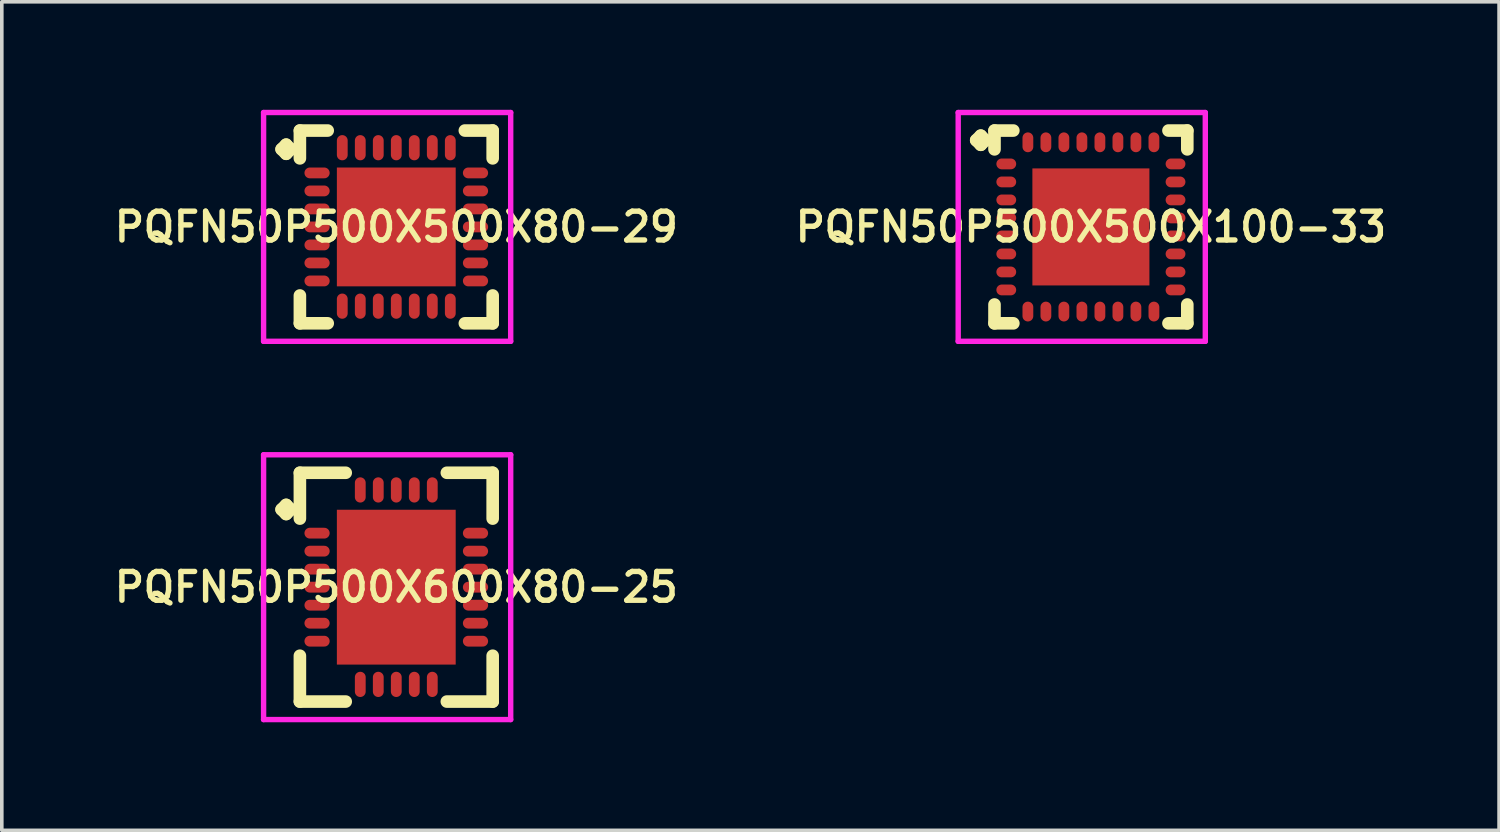
<source format=kicad_pcb>
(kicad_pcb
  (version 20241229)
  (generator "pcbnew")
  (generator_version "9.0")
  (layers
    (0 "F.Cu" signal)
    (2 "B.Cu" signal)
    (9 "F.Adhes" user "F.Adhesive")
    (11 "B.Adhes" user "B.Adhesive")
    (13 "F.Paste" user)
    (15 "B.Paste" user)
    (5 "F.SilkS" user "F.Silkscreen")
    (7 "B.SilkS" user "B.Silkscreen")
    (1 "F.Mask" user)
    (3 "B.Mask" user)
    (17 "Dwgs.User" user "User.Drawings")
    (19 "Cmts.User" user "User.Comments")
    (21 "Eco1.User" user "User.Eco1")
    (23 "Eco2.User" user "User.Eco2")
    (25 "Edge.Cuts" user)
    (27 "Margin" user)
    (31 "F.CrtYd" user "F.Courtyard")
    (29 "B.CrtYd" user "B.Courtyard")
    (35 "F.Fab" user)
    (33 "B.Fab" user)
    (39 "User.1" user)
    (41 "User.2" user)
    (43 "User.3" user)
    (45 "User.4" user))
  (footprint "PQFN50P500X500X80-29"
    (layer "F.Cu")
    (at 7.955 3.252)
    (property "Reference" "PQFN50P500X500X80-29" (at 0 0 0) (layer "F.SilkS") (effects (font (size 0.8 0.8) (thickness 0.15))))
    (attr smd)
    (fp_line (start -3.185 -2.158) (end -3.058 -2.285) (stroke (width 0.35) (type solid)) (layer "F.SilkS"))
    (fp_line (start -3.058 -2.285) (end -2.931 -2.158) (stroke (width 0.35) (type solid)) (layer "F.SilkS"))
    (fp_line (start -3.058 -2.031) (end -3.185 -2.158) (stroke (width 0.35) (type solid)) (layer "F.SilkS"))
    (fp_line (start -2.931 -2.158) (end -3.058 -2.031) (stroke (width 0.35) (type solid)) (layer "F.SilkS"))
    (fp_line (start -2.677 -2.677) (end -1.904 -2.677) (stroke (width 0.35) (type solid)) (layer "F.SilkS"))
    (fp_line (start -2.677 -1.904) (end -2.677 -2.677) (stroke (width 0.35) (type solid)) (layer "F.SilkS"))
    (fp_line (start -2.677 1.904) (end -2.677 2.677) (stroke (width 0.35) (type solid)) (layer "F.SilkS"))
    (fp_line (start -2.677 2.677) (end -1.904 2.677) (stroke (width 0.35) (type solid)) (layer "F.SilkS"))
    (fp_line (start 1.904 -2.677) (end 2.677 -2.677) (stroke (width 0.35) (type solid)) (layer "F.SilkS"))
    (fp_line (start 1.904 2.677) (end 2.677 2.677) (stroke (width 0.35) (type solid)) (layer "F.SilkS"))
    (fp_line (start 2.677 -2.677) (end 2.677 -1.904) (stroke (width 0.35) (type solid)) (layer "F.SilkS"))
    (fp_line (start 2.677 2.677) (end 2.677 1.904) (stroke (width 0.35) (type solid)) (layer "F.SilkS"))
    (fp_line (start -3.685 -3.177) (end 3.177 -3.177) (stroke (width 0.15) (type solid)) (layer "F.CrtYd"))
    (fp_line (start -3.685 3.177) (end -3.685 -3.177) (stroke (width 0.15) (type solid)) (layer "F.CrtYd"))
    (fp_line (start 3.177 -3.177) (end 3.177 3.177) (stroke (width 0.15) (type solid)) (layer "F.CrtYd"))
    (fp_line (start 3.177 3.177) (end -3.685 3.177) (stroke (width 0.15) (type solid)) (layer "F.CrtYd"))
    (pad "1" smd oval (at -2.2 -1.5) (size 0.7 0.3) (layers "F.Cu" "F.Mask" "F.Paste"))
    (pad "2" smd oval (at -2.2 -1) (size 0.7 0.3) (layers "F.Cu" "F.Mask" "F.Paste"))
    (pad "3" smd oval (at -2.2 -0.5) (size 0.7 0.3) (layers "F.Cu" "F.Mask" "F.Paste"))
    (pad "4" smd oval (at -2.2 0) (size 0.7 0.3) (layers "F.Cu" "F.Mask" "F.Paste"))
    (pad "5" smd oval (at -2.2 0.5) (size 0.7 0.3) (layers "F.Cu" "F.Mask" "F.Paste"))
    (pad "6" smd oval (at -2.2 1) (size 0.7 0.3) (layers "F.Cu" "F.Mask" "F.Paste"))
    (pad "7" smd oval (at -2.2 1.5) (size 0.7 0.3) (layers "F.Cu" "F.Mask" "F.Paste"))
    (pad "8" smd oval (at -1.5 2.2) (size 0.3 0.7) (layers "F.Cu" "F.Mask" "F.Paste"))
    (pad "9" smd oval (at -1 2.2) (size 0.3 0.7) (layers "F.Cu" "F.Mask" "F.Paste"))
    (pad "10" smd oval (at -0.5 2.2) (size 0.3 0.7) (layers "F.Cu" "F.Mask" "F.Paste"))
    (pad "11" smd oval (at 0 2.2) (size 0.3 0.7) (layers "F.Cu" "F.Mask" "F.Paste"))
    (pad "12" smd oval (at 0.5 2.2) (size 0.3 0.7) (layers "F.Cu" "F.Mask" "F.Paste"))
    (pad "13" smd oval (at 1 2.2) (size 0.3 0.7) (layers "F.Cu" "F.Mask" "F.Paste"))
    (pad "14" smd oval (at 1.5 2.2) (size 0.3 0.7) (layers "F.Cu" "F.Mask" "F.Paste"))
    (pad "15" smd oval (at 2.2 1.5) (size 0.7 0.3) (layers "F.Cu" "F.Mask" "F.Paste"))
    (pad "16" smd oval (at 2.2 1) (size 0.7 0.3) (layers "F.Cu" "F.Mask" "F.Paste"))
    (pad "17" smd oval (at 2.2 0.5) (size 0.7 0.3) (layers "F.Cu" "F.Mask" "F.Paste"))
    (pad "18" smd oval (at 2.2 0) (size 0.7 0.3) (layers "F.Cu" "F.Mask" "F.Paste"))
    (pad "19" smd oval (at 2.2 -0.5) (size 0.7 0.3) (layers "F.Cu" "F.Mask" "F.Paste"))
    (pad "20" smd oval (at 2.2 -1) (size 0.7 0.3) (layers "F.Cu" "F.Mask" "F.Paste"))
    (pad "21" smd oval (at 2.2 -1.5) (size 0.7 0.3) (layers "F.Cu" "F.Mask" "F.Paste"))
    (pad "22" smd oval (at 1.5 -2.2) (size 0.3 0.7) (layers "F.Cu" "F.Mask" "F.Paste"))
    (pad "23" smd oval (at 1 -2.2) (size 0.3 0.7) (layers "F.Cu" "F.Mask" "F.Paste"))
    (pad "24" smd oval (at 0.5 -2.2) (size 0.3 0.7) (layers "F.Cu" "F.Mask" "F.Paste"))
    (pad "25" smd oval (at 0 -2.2) (size 0.3 0.7) (layers "F.Cu" "F.Mask" "F.Paste"))
    (pad "26" smd oval (at -0.5 -2.2) (size 0.3 0.7) (layers "F.Cu" "F.Mask" "F.Paste"))
    (pad "27" smd oval (at -1 -2.2) (size 0.3 0.7) (layers "F.Cu" "F.Mask" "F.Paste"))
    (pad "28" smd oval (at -1.5 -2.2) (size 0.3 0.7) (layers "F.Cu" "F.Mask" "F.Paste"))
    (pad "29" smd rect (at 0 0) (size 3.3 3.3) (layers "F.Cu" "F.Mask" "F.Paste")))
  (footprint "PQFN50P500X500X100-33"
    (layer "F.Cu")
    (at 27.245 3.252)
    (property "Reference" "PQFN50P500X500X100-33" (at 0 0 0) (layer "F.SilkS") (effects (font (size 0.8 0.8) (thickness 0.15))))
    (attr smd)
    (fp_line (start -3.185 -2.408) (end -3.058 -2.535) (stroke (width 0.35) (type solid)) (layer "F.SilkS"))
    (fp_line (start -3.058 -2.535) (end -2.931 -2.408) (stroke (width 0.35) (type solid)) (layer "F.SilkS"))
    (fp_line (start -3.058 -2.281) (end -3.185 -2.408) (stroke (width 0.35) (type solid)) (layer "F.SilkS"))
    (fp_line (start -2.931 -2.408) (end -3.058 -2.281) (stroke (width 0.35) (type solid)) (layer "F.SilkS"))
    (fp_line (start -2.677 -2.677) (end -2.154 -2.677) (stroke (width 0.35) (type solid)) (layer "F.SilkS"))
    (fp_line (start -2.677 -2.154) (end -2.677 -2.677) (stroke (width 0.35) (type solid)) (layer "F.SilkS"))
    (fp_line (start -2.677 2.154) (end -2.677 2.677) (stroke (width 0.35) (type solid)) (layer "F.SilkS"))
    (fp_line (start -2.677 2.677) (end -2.154 2.677) (stroke (width 0.35) (type solid)) (layer "F.SilkS"))
    (fp_line (start 2.154 -2.677) (end 2.677 -2.677) (stroke (width 0.35) (type solid)) (layer "F.SilkS"))
    (fp_line (start 2.154 2.677) (end 2.677 2.677) (stroke (width 0.35) (type solid)) (layer "F.SilkS"))
    (fp_line (start 2.677 -2.677) (end 2.677 -2.154) (stroke (width 0.35) (type solid)) (layer "F.SilkS"))
    (fp_line (start 2.677 2.677) (end 2.677 2.154) (stroke (width 0.35) (type solid)) (layer "F.SilkS"))
    (fp_line (start -3.685 -3.177) (end 3.177 -3.177) (stroke (width 0.15) (type solid)) (layer "F.CrtYd"))
    (fp_line (start -3.685 3.177) (end -3.685 -3.177) (stroke (width 0.15) (type solid)) (layer "F.CrtYd"))
    (fp_line (start 3.177 -3.177) (end 3.177 3.177) (stroke (width 0.15) (type solid)) (layer "F.CrtYd"))
    (fp_line (start 3.177 3.177) (end -3.685 3.177) (stroke (width 0.15) (type solid)) (layer "F.CrtYd"))
    (pad "1" smd oval (at -2.35 -1.75) (size 0.55 0.3) (layers "F.Cu" "F.Mask" "F.Paste"))
    (pad "2" smd oval (at -2.35 -1.25) (size 0.55 0.3) (layers "F.Cu" "F.Mask" "F.Paste"))
    (pad "3" smd oval (at -2.35 -0.75) (size 0.55 0.3) (layers "F.Cu" "F.Mask" "F.Paste"))
    (pad "4" smd oval (at -2.35 -0.25) (size 0.55 0.3) (layers "F.Cu" "F.Mask" "F.Paste"))
    (pad "5" smd oval (at -2.35 0.25) (size 0.55 0.3) (layers "F.Cu" "F.Mask" "F.Paste"))
    (pad "6" smd oval (at -2.35 0.75) (size 0.55 0.3) (layers "F.Cu" "F.Mask" "F.Paste"))
    (pad "7" smd oval (at -2.35 1.25) (size 0.55 0.3) (layers "F.Cu" "F.Mask" "F.Paste"))
    (pad "8" smd oval (at -2.35 1.75) (size 0.55 0.3) (layers "F.Cu" "F.Mask" "F.Paste"))
    (pad "9" smd oval (at -1.75 2.35) (size 0.3 0.55) (layers "F.Cu" "F.Mask" "F.Paste"))
    (pad "10" smd oval (at -1.25 2.35) (size 0.3 0.55) (layers "F.Cu" "F.Mask" "F.Paste"))
    (pad "11" smd oval (at -0.75 2.35) (size 0.3 0.55) (layers "F.Cu" "F.Mask" "F.Paste"))
    (pad "12" smd oval (at -0.25 2.35) (size 0.3 0.55) (layers "F.Cu" "F.Mask" "F.Paste"))
    (pad "13" smd oval (at 0.25 2.35) (size 0.3 0.55) (layers "F.Cu" "F.Mask" "F.Paste"))
    (pad "14" smd oval (at 0.75 2.35) (size 0.3 0.55) (layers "F.Cu" "F.Mask" "F.Paste"))
    (pad "15" smd oval (at 1.25 2.35) (size 0.3 0.55) (layers "F.Cu" "F.Mask" "F.Paste"))
    (pad "16" smd oval (at 1.75 2.35) (size 0.3 0.55) (layers "F.Cu" "F.Mask" "F.Paste"))
    (pad "17" smd oval (at 2.35 1.75) (size 0.55 0.3) (layers "F.Cu" "F.Mask" "F.Paste"))
    (pad "18" smd oval (at 2.35 1.25) (size 0.55 0.3) (layers "F.Cu" "F.Mask" "F.Paste"))
    (pad "19" smd oval (at 2.35 0.75) (size 0.55 0.3) (layers "F.Cu" "F.Mask" "F.Paste"))
    (pad "20" smd oval (at 2.35 0.25) (size 0.55 0.3) (layers "F.Cu" "F.Mask" "F.Paste"))
    (pad "21" smd oval (at 2.35 -0.25) (size 0.55 0.3) (layers "F.Cu" "F.Mask" "F.Paste"))
    (pad "22" smd oval (at 2.35 -0.75) (size 0.55 0.3) (layers "F.Cu" "F.Mask" "F.Paste"))
    (pad "23" smd oval (at 2.35 -1.25) (size 0.55 0.3) (layers "F.Cu" "F.Mask" "F.Paste"))
    (pad "24" smd oval (at 2.35 -1.75) (size 0.55 0.3) (layers "F.Cu" "F.Mask" "F.Paste"))
    (pad "25" smd oval (at 1.75 -2.35) (size 0.3 0.55) (layers "F.Cu" "F.Mask" "F.Paste"))
    (pad "26" smd oval (at 1.25 -2.35) (size 0.3 0.55) (layers "F.Cu" "F.Mask" "F.Paste"))
    (pad "27" smd oval (at 0.75 -2.35) (size 0.3 0.55) (layers "F.Cu" "F.Mask" "F.Paste"))
    (pad "28" smd oval (at 0.25 -2.35) (size 0.3 0.55) (layers "F.Cu" "F.Mask" "F.Paste"))
    (pad "29" smd oval (at -0.25 -2.35) (size 0.3 0.55) (layers "F.Cu" "F.Mask" "F.Paste"))
    (pad "30" smd oval (at -0.75 -2.35) (size 0.3 0.55) (layers "F.Cu" "F.Mask" "F.Paste"))
    (pad "31" smd oval (at -1.25 -2.35) (size 0.3 0.55) (layers "F.Cu" "F.Mask" "F.Paste"))
    (pad "32" smd oval (at -1.75 -2.35) (size 0.3 0.55) (layers "F.Cu" "F.Mask" "F.Paste"))
    (pad "33" smd rect (at 0 0) (size 3.25 3.25) (layers "F.Cu" "F.Mask" "F.Paste")))
  (footprint "PQFN50P500X600X80-25"
    (layer "F.Cu")
    (at 7.955 13.256)
    (property "Reference" "PQFN50P500X600X80-25" (at 0 0 0) (layer "F.SilkS") (effects (font (size 0.8 0.8) (thickness 0.15))))
    (attr smd)
    (fp_line (start -3.185 -2.158) (end -3.058 -2.285) (stroke (width 0.35) (type solid)) (layer "F.SilkS"))
    (fp_line (start -3.058 -2.285) (end -2.931 -2.158) (stroke (width 0.35) (type solid)) (layer "F.SilkS"))
    (fp_line (start -3.058 -2.031) (end -3.185 -2.158) (stroke (width 0.35) (type solid)) (layer "F.SilkS"))
    (fp_line (start -2.931 -2.158) (end -3.058 -2.031) (stroke (width 0.35) (type solid)) (layer "F.SilkS"))
    (fp_line (start -2.677 -3.177) (end -1.404 -3.177) (stroke (width 0.35) (type solid)) (layer "F.SilkS"))
    (fp_line (start -2.677 -1.904) (end -2.677 -3.177) (stroke (width 0.35) (type solid)) (layer "F.SilkS"))
    (fp_line (start -2.677 1.904) (end -2.677 3.177) (stroke (width 0.35) (type solid)) (layer "F.SilkS"))
    (fp_line (start -2.677 3.177) (end -1.404 3.177) (stroke (width 0.35) (type solid)) (layer "F.SilkS"))
    (fp_line (start 1.404 -3.177) (end 2.677 -3.177) (stroke (width 0.35) (type solid)) (layer "F.SilkS"))
    (fp_line (start 1.404 3.177) (end 2.677 3.177) (stroke (width 0.35) (type solid)) (layer "F.SilkS"))
    (fp_line (start 2.677 -3.177) (end 2.677 -1.904) (stroke (width 0.35) (type solid)) (layer "F.SilkS"))
    (fp_line (start 2.677 3.177) (end 2.677 1.904) (stroke (width 0.35) (type solid)) (layer "F.SilkS"))
    (fp_line (start -3.685 -3.677) (end 3.177 -3.677) (stroke (width 0.15) (type solid)) (layer "F.CrtYd"))
    (fp_line (start -3.685 3.677) (end -3.685 -3.677) (stroke (width 0.15) (type solid)) (layer "F.CrtYd"))
    (fp_line (start 3.177 -3.677) (end 3.177 3.677) (stroke (width 0.15) (type solid)) (layer "F.CrtYd"))
    (fp_line (start 3.177 3.677) (end -3.685 3.677) (stroke (width 0.15) (type solid)) (layer "F.CrtYd"))
    (pad "1" smd oval (at -2.2 -1.5) (size 0.7 0.3) (layers "F.Cu" "F.Mask" "F.Paste"))
    (pad "2" smd oval (at -2.2 -1) (size 0.7 0.3) (layers "F.Cu" "F.Mask" "F.Paste"))
    (pad "3" smd oval (at -2.2 -0.5) (size 0.7 0.3) (layers "F.Cu" "F.Mask" "F.Paste"))
    (pad "4" smd oval (at -2.2 0) (size 0.7 0.3) (layers "F.Cu" "F.Mask" "F.Paste"))
    (pad "5" smd oval (at -2.2 0.5) (size 0.7 0.3) (layers "F.Cu" "F.Mask" "F.Paste"))
    (pad "6" smd oval (at -2.2 1) (size 0.7 0.3) (layers "F.Cu" "F.Mask" "F.Paste"))
    (pad "7" smd oval (at -2.2 1.5) (size 0.7 0.3) (layers "F.Cu" "F.Mask" "F.Paste"))
    (pad "8" smd oval (at -1 2.7) (size 0.3 0.7) (layers "F.Cu" "F.Mask" "F.Paste"))
    (pad "9" smd oval (at -0.5 2.7) (size 0.3 0.7) (layers "F.Cu" "F.Mask" "F.Paste"))
    (pad "10" smd oval (at 0 2.7) (size 0.3 0.7) (layers "F.Cu" "F.Mask" "F.Paste"))
    (pad "11" smd oval (at 0.5 2.7) (size 0.3 0.7) (layers "F.Cu" "F.Mask" "F.Paste"))
    (pad "12" smd oval (at 1 2.7) (size 0.3 0.7) (layers "F.Cu" "F.Mask" "F.Paste"))
    (pad "13" smd oval (at 2.2 1.5) (size 0.7 0.3) (layers "F.Cu" "F.Mask" "F.Paste"))
    (pad "14" smd oval (at 2.2 1) (size 0.7 0.3) (layers "F.Cu" "F.Mask" "F.Paste"))
    (pad "15" smd oval (at 2.2 0.5) (size 0.7 0.3) (layers "F.Cu" "F.Mask" "F.Paste"))
    (pad "16" smd oval (at 2.2 0) (size 0.7 0.3) (layers "F.Cu" "F.Mask" "F.Paste"))
    (pad "17" smd oval (at 2.2 -0.5) (size 0.7 0.3) (layers "F.Cu" "F.Mask" "F.Paste"))
    (pad "18" smd oval (at 2.2 -1) (size 0.7 0.3) (layers "F.Cu" "F.Mask" "F.Paste"))
    (pad "19" smd oval (at 2.2 -1.5) (size 0.7 0.3) (layers "F.Cu" "F.Mask" "F.Paste"))
    (pad "20" smd oval (at 1 -2.7) (size 0.3 0.7) (layers "F.Cu" "F.Mask" "F.Paste"))
    (pad "21" smd oval (at 0.5 -2.7) (size 0.3 0.7) (layers "F.Cu" "F.Mask" "F.Paste"))
    (pad "22" smd oval (at 0 -2.7) (size 0.3 0.7) (layers "F.Cu" "F.Mask" "F.Paste"))
    (pad "23" smd oval (at -0.5 -2.7) (size 0.3 0.7) (layers "F.Cu" "F.Mask" "F.Paste"))
    (pad "24" smd oval (at -1 -2.7) (size 0.3 0.7) (layers "F.Cu" "F.Mask" "F.Paste"))
    (pad "25" smd rect (at 0 0) (size 3.3 4.3) (layers "F.Cu" "F.Mask" "F.Paste")))
  (gr_rect
    (start -3 -3)
    (end 38.58 20.008)
    (stroke (width 0.1) (type default))
    (fill no)
    (layer "Edge.Cuts")))
</source>
